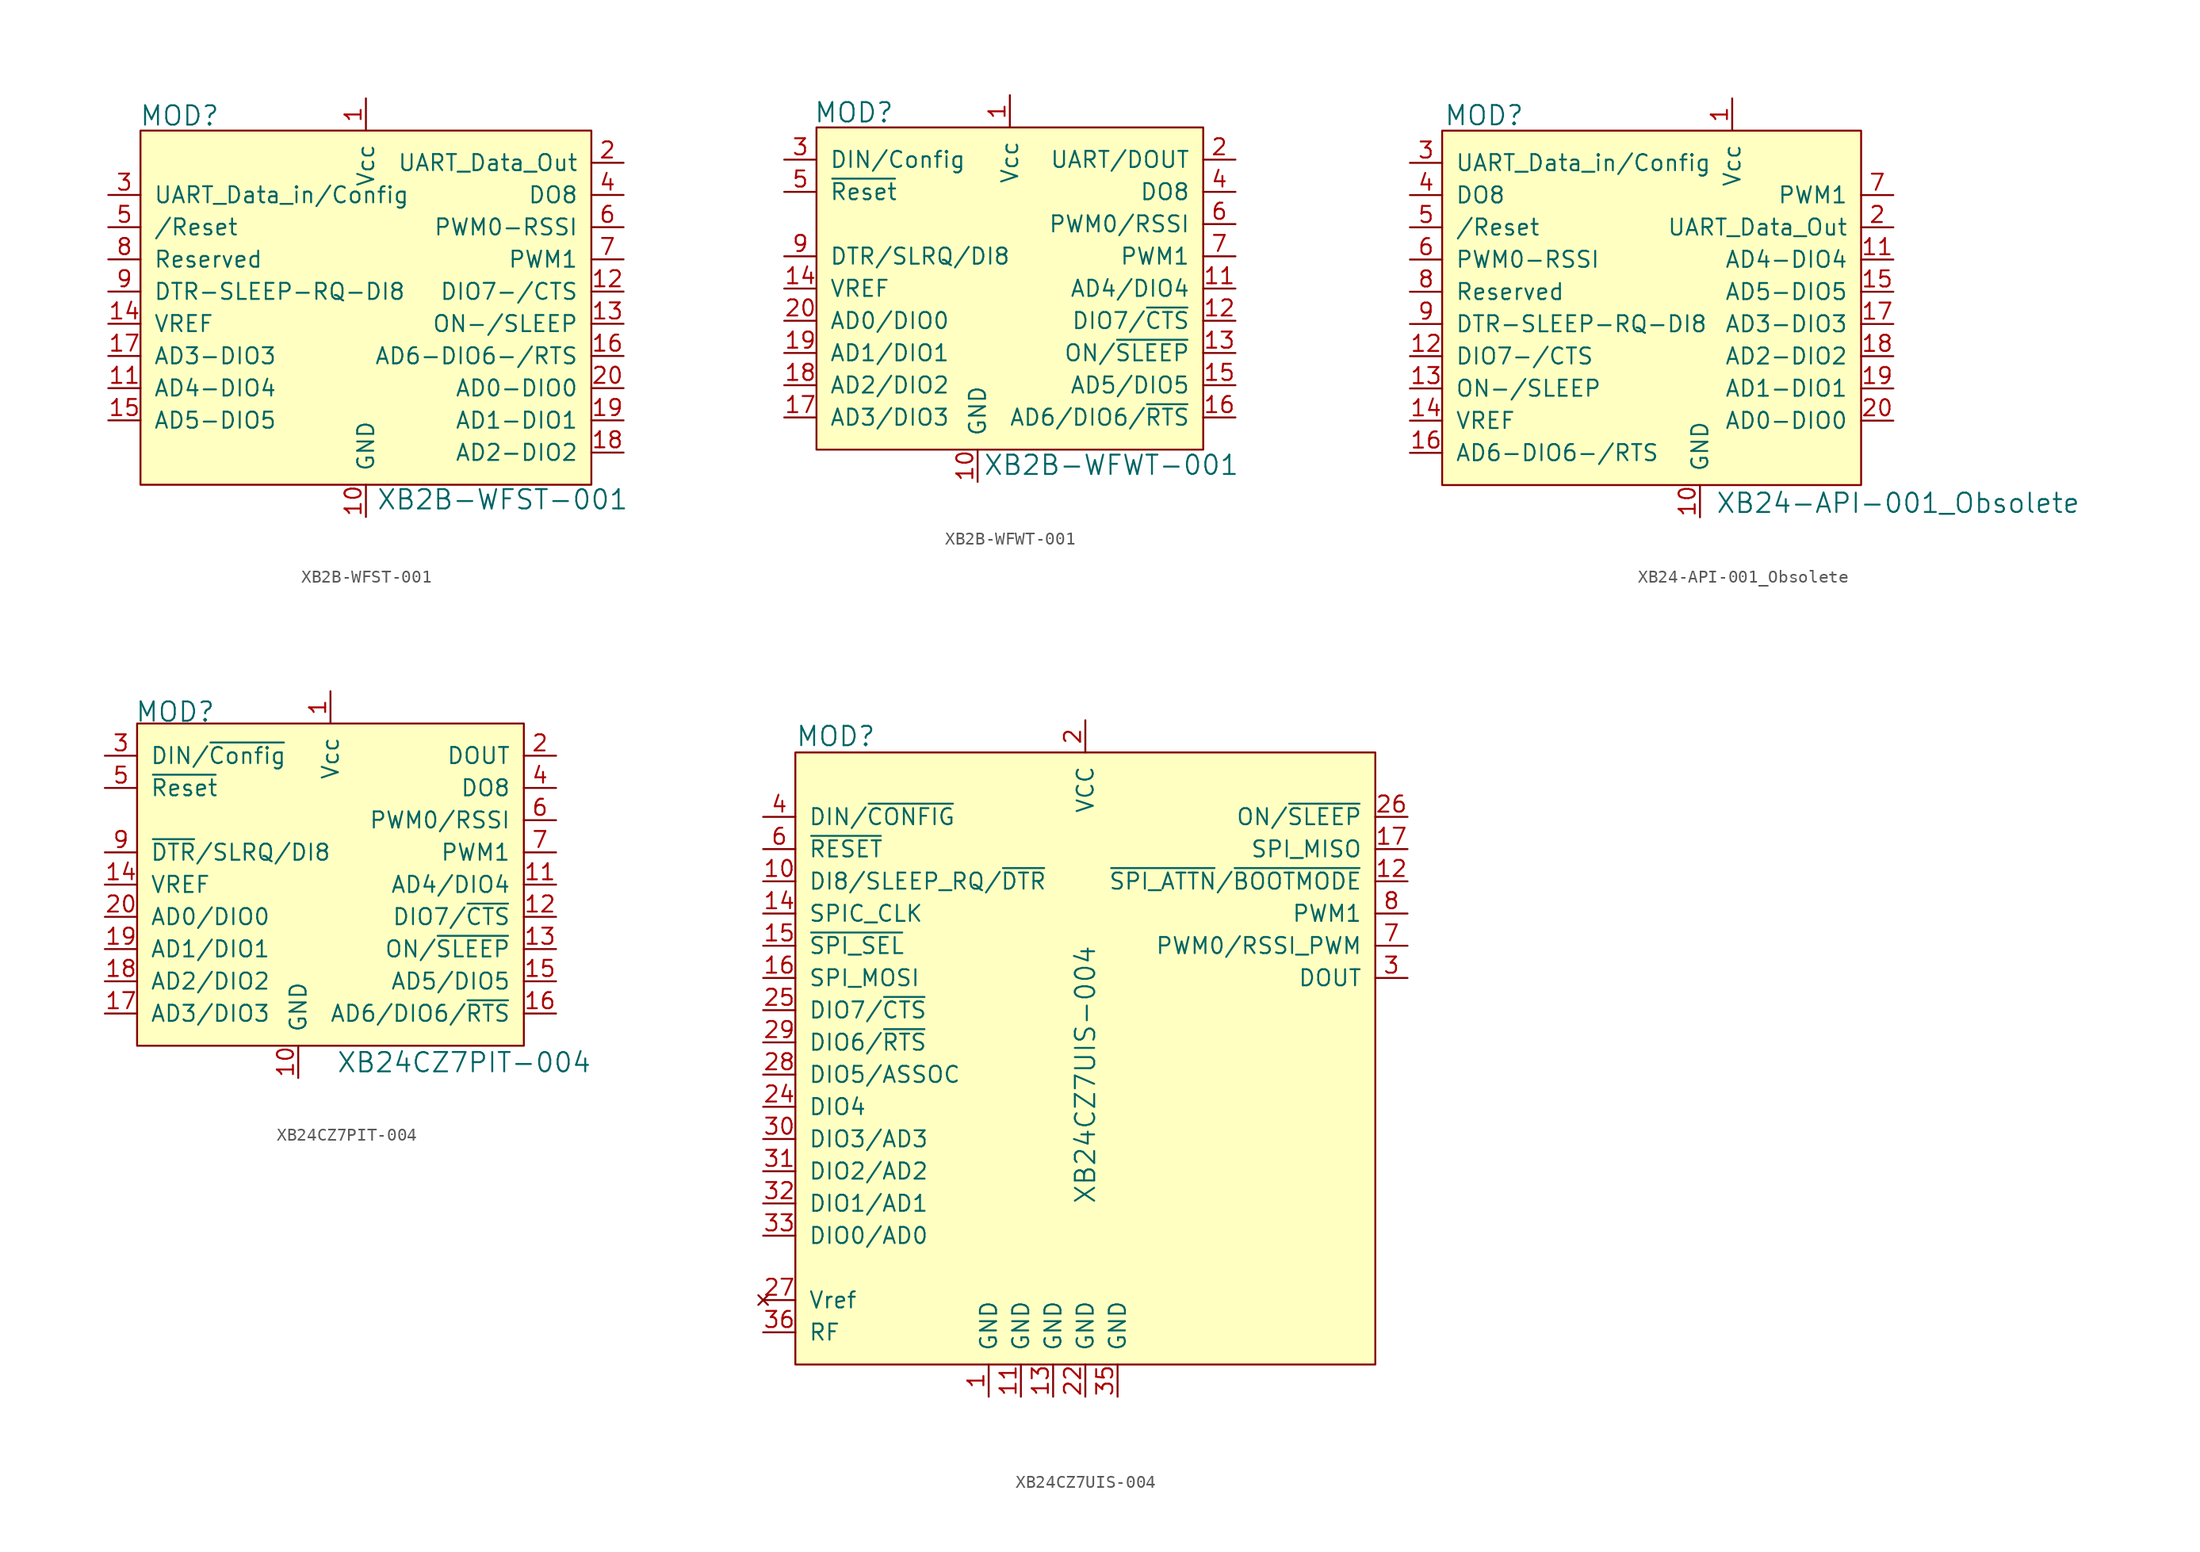
<source format=kicad_sym>
(kicad_symbol_lib
  (version 20231120)
  (generator "kicad_symbol_editor")
  (generator_version "8.0")
  (symbol "XB2B-WFST-001"
    (pin_names
      (offset 1.016))
    (property "Reference" "MOD"
      (at -17.882 18.948 0)
      (effects (font (size 1.524 1.524)) (justify left)))
    (property "Value" "XB2B-WFST-001"
      (at 0.813 -11.328 0)
      (effects (font (size 1.524 1.524)) (justify left)))
    (symbol "XB2B-WFST-001_0_1"
      (rectangle (start -17.78 17.78) (end 17.78 -10.16) (stroke (width 0) (type default)) (fill (type background))))
    (symbol "XB2B-WFST-001_1_1"
      (pin power_in line (at 0 20.32 270) (length 2.54) (name "Vcc" (effects (font (size 1.27 1.27)))) (number "1" (effects (font (size 1.27 1.27)))))
      (pin power_in line (at 0 -12.7 90) (length 2.54) (name "GND" (effects (font (size 1.27 1.27)))) (number "10" (effects (font (size 1.27 1.27)))))
      (pin bidirectional line (at -20.32 -2.54 0) (length 2.54) (name "AD4-DIO4" (effects (font (size 1.27 1.27)))) (number "11" (effects (font (size 1.27 1.27)))))
      (pin bidirectional line (at 20.32 5.08 180) (length 2.54) (name "DIO7-/CTS" (effects (font (size 1.27 1.27)))) (number "12" (effects (font (size 1.27 1.27)))))
      (pin output line (at 20.32 2.54 180) (length 2.54) (name "ON-/SLEEP" (effects (font (size 1.27 1.27)))) (number "13" (effects (font (size 1.27 1.27)))))
      (pin input line (at -20.32 2.54 0) (length 2.54) (name "VREF" (effects (font (size 1.27 1.27)))) (number "14" (effects (font (size 1.27 1.27)))))
      (pin bidirectional line (at -20.32 -5.08 0) (length 2.54) (name "AD5-DIO5" (effects (font (size 1.27 1.27)))) (number "15" (effects (font (size 1.27 1.27)))))
      (pin bidirectional line (at 20.32 0 180) (length 2.54) (name "AD6-DIO6-/RTS" (effects (font (size 1.27 1.27)))) (number "16" (effects (font (size 1.27 1.27)))))
      (pin bidirectional line (at -20.32 0 0) (length 2.54) (name "AD3-DIO3" (effects (font (size 1.27 1.27)))) (number "17" (effects (font (size 1.27 1.27)))))
      (pin bidirectional line (at 20.32 -7.62 180) (length 2.54) (name "AD2-DIO2" (effects (font (size 1.27 1.27)))) (number "18" (effects (font (size 1.27 1.27)))))
      (pin bidirectional line (at 20.32 -5.08 180) (length 2.54) (name "AD1-DIO1" (effects (font (size 1.27 1.27)))) (number "19" (effects (font (size 1.27 1.27)))))
      (pin output line (at 20.32 15.24 180) (length 2.54) (name "UART_Data_Out" (effects (font (size 1.27 1.27)))) (number "2" (effects (font (size 1.27 1.27)))))
      (pin bidirectional line (at 20.32 -2.54 180) (length 2.54) (name "AD0-DIO0" (effects (font (size 1.27 1.27)))) (number "20" (effects (font (size 1.27 1.27)))))
      (pin input line (at -20.32 12.7 0) (length 2.54) (name "UART_Data_in/Config" (effects (font (size 1.27 1.27)))) (number "3" (effects (font (size 1.27 1.27)))))
      (pin output line (at 20.32 12.7 180) (length 2.54) (name "DO8" (effects (font (size 1.27 1.27)))) (number "4" (effects (font (size 1.27 1.27)))))
      (pin input line (at -20.32 10.16 0) (length 2.54) (name "/Reset" (effects (font (size 1.27 1.27)))) (number "5" (effects (font (size 1.27 1.27)))))
      (pin output line (at 20.32 10.16 180) (length 2.54) (name "PWM0-RSSI" (effects (font (size 1.27 1.27)))) (number "6" (effects (font (size 1.27 1.27)))))
      (pin output line (at 20.32 7.62 180) (length 2.54) (name "PWM1" (effects (font (size 1.27 1.27)))) (number "7" (effects (font (size 1.27 1.27)))))
      (pin bidirectional line (at -20.32 7.62 0) (length 2.54) (name "Reserved" (effects (font (size 1.27 1.27)))) (number "8" (effects (font (size 1.27 1.27)))))
      (pin input line (at -20.32 5.08 0) (length 2.54) (name "DTR-SLEEP-RQ-DI8" (effects (font (size 1.27 1.27)))) (number "9" (effects (font (size 1.27 1.27)))))))
  (symbol "XB2B-WFWT-001"
    (pin_names
      (offset 1.016))
    (property "Reference" "MOD"
      (at -15.469 16.408 0)
      (effects (font (size 1.524 1.524)) (justify left)))
    (property "Value" "XB2B-WFWT-001"
      (at -2.108 -11.379 0)
      (effects (font (size 1.524 1.524)) (justify left)))
    (symbol "XB2B-WFWT-001_0_1"
      (rectangle (start -15.24 15.24) (end 15.24 -10.16) (stroke (width 0) (type default)) (fill (type background))))
    (symbol "XB2B-WFWT-001_1_1"
      (pin power_in line (at 0 17.78 270) (length 2.54) (name "Vcc" (effects (font (size 1.27 1.27)))) (number "1" (effects (font (size 1.27 1.27)))))
      (pin power_in line (at -2.54 -12.7 90) (length 2.54) (name "GND" (effects (font (size 1.27 1.27)))) (number "10" (effects (font (size 1.27 1.27)))))
      (pin bidirectional line (at 17.78 2.54 180) (length 2.54) (name "AD4/DIO4" (effects (font (size 1.27 1.27)))) (number "11" (effects (font (size 1.27 1.27)))))
      (pin bidirectional line (at 17.78 0 180) (length 2.54) (name "DIO7/~{CTS}" (effects (font (size 1.27 1.27)))) (number "12" (effects (font (size 1.27 1.27)))))
      (pin output line (at 17.78 -2.54 180) (length 2.54) (name "ON/~{SLEEP}" (effects (font (size 1.27 1.27)))) (number "13" (effects (font (size 1.27 1.27)))))
      (pin input line (at -17.78 2.54 0) (length 2.54) (name "VREF" (effects (font (size 1.27 1.27)))) (number "14" (effects (font (size 1.27 1.27)))))
      (pin bidirectional line (at 17.78 -5.08 180) (length 2.54) (name "AD5/DIO5" (effects (font (size 1.27 1.27)))) (number "15" (effects (font (size 1.27 1.27)))))
      (pin bidirectional line (at 17.78 -7.62 180) (length 2.54) (name "AD6/DIO6/~{RTS}" (effects (font (size 1.27 1.27)))) (number "16" (effects (font (size 1.27 1.27)))))
      (pin bidirectional line (at -17.78 -7.62 0) (length 2.54) (name "AD3/DIO3" (effects (font (size 1.27 1.27)))) (number "17" (effects (font (size 1.27 1.27)))))
      (pin bidirectional line (at -17.78 -5.08 0) (length 2.54) (name "AD2/DIO2" (effects (font (size 1.27 1.27)))) (number "18" (effects (font (size 1.27 1.27)))))
      (pin bidirectional line (at -17.78 -2.54 0) (length 2.54) (name "AD1/DIO1" (effects (font (size 1.27 1.27)))) (number "19" (effects (font (size 1.27 1.27)))))
      (pin output line (at 17.78 12.7 180) (length 2.54) (name "UART/DOUT" (effects (font (size 1.27 1.27)))) (number "2" (effects (font (size 1.27 1.27)))))
      (pin bidirectional line (at -17.78 0 0) (length 2.54) (name "AD0/DIO0" (effects (font (size 1.27 1.27)))) (number "20" (effects (font (size 1.27 1.27)))))
      (pin input line (at -17.78 12.7 0) (length 2.54) (name "DIN/Config" (effects (font (size 1.27 1.27)))) (number "3" (effects (font (size 1.27 1.27)))))
      (pin output line (at 17.78 10.16 180) (length 2.54) (name "DO8" (effects (font (size 1.27 1.27)))) (number "4" (effects (font (size 1.27 1.27)))))
      (pin input line (at -17.78 10.16 0) (length 2.54) (name "~{Reset}" (effects (font (size 1.27 1.27)))) (number "5" (effects (font (size 1.27 1.27)))))
      (pin output line (at 17.78 7.62 180) (length 2.54) (name "PWM0/RSSI" (effects (font (size 1.27 1.27)))) (number "6" (effects (font (size 1.27 1.27)))))
      (pin output line (at 17.78 5.08 180) (length 2.54) (name "PWM1" (effects (font (size 1.27 1.27)))) (number "7" (effects (font (size 1.27 1.27)))))
      (pin no_connect line (at -15.24 7.62 0) (length 2.54) hide (name "Reserved" (effects (font (size 1.27 1.27)))) (number "8" (effects (font (size 1.27 1.27)))))
      (pin input line (at -17.78 5.08 0) (length 2.54) (name "DTR/SLRQ/DI8" (effects (font (size 1.27 1.27)))) (number "9" (effects (font (size 1.27 1.27)))))))
  (symbol "XB24-API-001_Obsolete"
    (pin_names
      (offset 1.016))
    (property "Reference" "MOD"
      (at -20.193 18.974 0)
      (effects (font (size 1.524 1.524)) (justify left)))
    (property "Value" "XB24-API-001_Obsolete"
      (at 1.219 -11.582 0)
      (effects (font (size 1.524 1.524)) (justify left)))
    (symbol "XB24-API-001_Obsolete_0_1"
      (rectangle (start -20.32 17.78) (end 12.7 -10.16) (stroke (width 0) (type default)) (fill (type background))))
    (symbol "XB24-API-001_Obsolete_1_1"
      (pin power_in line (at 2.54 20.32 270) (length 2.54) (name "Vcc" (effects (font (size 1.27 1.27)))) (number "1" (effects (font (size 1.27 1.27)))))
      (pin power_in line (at 0 -12.7 90) (length 2.54) (name "GND" (effects (font (size 1.27 1.27)))) (number "10" (effects (font (size 1.27 1.27)))))
      (pin bidirectional line (at 15.24 7.62 180) (length 2.54) (name "AD4-DIO4" (effects (font (size 1.27 1.27)))) (number "11" (effects (font (size 1.27 1.27)))))
      (pin bidirectional line (at -22.86 0 0) (length 2.54) (name "DIO7-/CTS" (effects (font (size 1.27 1.27)))) (number "12" (effects (font (size 1.27 1.27)))))
      (pin input line (at -22.86 -2.54 0) (length 2.54) (name "ON-/SLEEP" (effects (font (size 1.27 1.27)))) (number "13" (effects (font (size 1.27 1.27)))))
      (pin input line (at -22.86 -5.08 0) (length 2.54) (name "VREF" (effects (font (size 1.27 1.27)))) (number "14" (effects (font (size 1.27 1.27)))))
      (pin bidirectional line (at 15.24 5.08 180) (length 2.54) (name "AD5-DIO5" (effects (font (size 1.27 1.27)))) (number "15" (effects (font (size 1.27 1.27)))))
      (pin bidirectional line (at -22.86 -7.62 0) (length 2.54) (name "AD6-DIO6-/RTS" (effects (font (size 1.27 1.27)))) (number "16" (effects (font (size 1.27 1.27)))))
      (pin bidirectional line (at 15.24 2.54 180) (length 2.54) (name "AD3-DIO3" (effects (font (size 1.27 1.27)))) (number "17" (effects (font (size 1.27 1.27)))))
      (pin bidirectional line (at 15.24 0 180) (length 2.54) (name "AD2-DIO2" (effects (font (size 1.27 1.27)))) (number "18" (effects (font (size 1.27 1.27)))))
      (pin bidirectional line (at 15.24 -2.54 180) (length 2.54) (name "AD1-DIO1" (effects (font (size 1.27 1.27)))) (number "19" (effects (font (size 1.27 1.27)))))
      (pin output line (at 15.24 10.16 180) (length 2.54) (name "UART_Data_Out" (effects (font (size 1.27 1.27)))) (number "2" (effects (font (size 1.27 1.27)))))
      (pin bidirectional line (at 15.24 -5.08 180) (length 2.54) (name "AD0-DIO0" (effects (font (size 1.27 1.27)))) (number "20" (effects (font (size 1.27 1.27)))))
      (pin input line (at -22.86 15.24 0) (length 2.54) (name "UART_Data_in/Config" (effects (font (size 1.27 1.27)))) (number "3" (effects (font (size 1.27 1.27)))))
      (pin bidirectional line (at -22.86 12.7 0) (length 2.54) (name "DO8" (effects (font (size 1.27 1.27)))) (number "4" (effects (font (size 1.27 1.27)))))
      (pin input line (at -22.86 10.16 0) (length 2.54) (name "/Reset" (effects (font (size 1.27 1.27)))) (number "5" (effects (font (size 1.27 1.27)))))
      (pin bidirectional line (at -22.86 7.62 0) (length 2.54) (name "PWM0-RSSI" (effects (font (size 1.27 1.27)))) (number "6" (effects (font (size 1.27 1.27)))))
      (pin output line (at 15.24 12.7 180) (length 2.54) (name "PWM1" (effects (font (size 1.27 1.27)))) (number "7" (effects (font (size 1.27 1.27)))))
      (pin bidirectional line (at -22.86 5.08 0) (length 2.54) (name "Reserved" (effects (font (size 1.27 1.27)))) (number "8" (effects (font (size 1.27 1.27)))))
      (pin bidirectional line (at -22.86 2.54 0) (length 2.54) (name "DTR-SLEEP-RQ-DI8" (effects (font (size 1.27 1.27)))) (number "9" (effects (font (size 1.27 1.27)))))))
  (symbol "XB24CZ7PIT-004"
    (pin_names
      (offset 1.016))
    (property "Reference" "MOD"
      (at -17.958 18.694 0)
      (effects (font (size 1.524 1.524)) (justify left)))
    (property "Value" "XB24CZ7PIT-004"
      (at -2.083 -8.941 0)
      (effects (font (size 1.524 1.524)) (justify left)))
    (symbol "XB24CZ7PIT-004_0_1"
      (rectangle (start -17.78 17.78) (end 12.7 -7.62) (stroke (width 0) (type default)) (fill (type background))))
    (symbol "XB24CZ7PIT-004_1_1"
      (pin power_in line (at -2.54 20.32 270) (length 2.54) (name "Vcc" (effects (font (size 1.27 1.27)))) (number "1" (effects (font (size 1.27 1.27)))))
      (pin power_in line (at -5.08 -10.16 90) (length 2.54) (name "GND" (effects (font (size 1.27 1.27)))) (number "10" (effects (font (size 1.27 1.27)))))
      (pin bidirectional line (at 15.24 5.08 180) (length 2.54) (name "AD4/DIO4" (effects (font (size 1.27 1.27)))) (number "11" (effects (font (size 1.27 1.27)))))
      (pin bidirectional line (at 15.24 2.54 180) (length 2.54) (name "DIO7/~{CTS}" (effects (font (size 1.27 1.27)))) (number "12" (effects (font (size 1.27 1.27)))))
      (pin output line (at 15.24 0 180) (length 2.54) (name "ON/~{SLEEP}" (effects (font (size 1.27 1.27)))) (number "13" (effects (font (size 1.27 1.27)))))
      (pin input line (at -20.32 5.08 0) (length 2.54) (name "VREF" (effects (font (size 1.27 1.27)))) (number "14" (effects (font (size 1.27 1.27)))))
      (pin bidirectional line (at 15.24 -2.54 180) (length 2.54) (name "AD5/DIO5" (effects (font (size 1.27 1.27)))) (number "15" (effects (font (size 1.27 1.27)))))
      (pin bidirectional line (at 15.24 -5.08 180) (length 2.54) (name "AD6/DIO6/~{RTS}" (effects (font (size 1.27 1.27)))) (number "16" (effects (font (size 1.27 1.27)))))
      (pin bidirectional line (at -20.32 -5.08 0) (length 2.54) (name "AD3/DIO3" (effects (font (size 1.27 1.27)))) (number "17" (effects (font (size 1.27 1.27)))))
      (pin bidirectional line (at -20.32 -2.54 0) (length 2.54) (name "AD2/DIO2" (effects (font (size 1.27 1.27)))) (number "18" (effects (font (size 1.27 1.27)))))
      (pin bidirectional line (at -20.32 0 0) (length 2.54) (name "AD1/DIO1" (effects (font (size 1.27 1.27)))) (number "19" (effects (font (size 1.27 1.27)))))
      (pin output line (at 15.24 15.24 180) (length 2.54) (name "DOUT" (effects (font (size 1.27 1.27)))) (number "2" (effects (font (size 1.27 1.27)))))
      (pin bidirectional line (at -20.32 2.54 0) (length 2.54) (name "AD0/DIO0" (effects (font (size 1.27 1.27)))) (number "20" (effects (font (size 1.27 1.27)))))
      (pin input line (at -20.32 15.24 0) (length 2.54) (name "DIN/~{Config}" (effects (font (size 1.27 1.27)))) (number "3" (effects (font (size 1.27 1.27)))))
      (pin output line (at 15.24 12.7 180) (length 2.54) (name "DO8" (effects (font (size 1.27 1.27)))) (number "4" (effects (font (size 1.27 1.27)))))
      (pin input line (at -20.32 12.7 0) (length 2.54) (name "~{Reset}" (effects (font (size 1.27 1.27)))) (number "5" (effects (font (size 1.27 1.27)))))
      (pin output line (at 15.24 10.16 180) (length 2.54) (name "PWM0/RSSI" (effects (font (size 1.27 1.27)))) (number "6" (effects (font (size 1.27 1.27)))))
      (pin output line (at 15.24 7.62 180) (length 2.54) (name "PWM1" (effects (font (size 1.27 1.27)))) (number "7" (effects (font (size 1.27 1.27)))))
      (pin no_connect line (at -17.78 10.16 0) (length 2.54) hide (name "Reserved" (effects (font (size 1.27 1.27)))) (number "8" (effects (font (size 1.27 1.27)))))
      (pin input line (at -20.32 7.62 0) (length 2.54) (name "~{DTR}/SLRQ/DI8" (effects (font (size 1.27 1.27)))) (number "9" (effects (font (size 1.27 1.27)))))))
  (symbol "XB24CZ7UIS-004"
    (pin_names
      (offset 1.016))
    (property "Reference" "MOD"
      (at -20.32 1.27 0)
      (effects (font (size 1.524 1.524)) (justify left)))
    (property "Value" "XB24CZ7UIS-004"
      (at 2.54 -25.4 90)
      (effects (font (size 1.524 1.524))))
    (symbol "XB24CZ7UIS-004_0_1"
      (rectangle (start -20.32 0) (end 25.4 -48.26) (stroke (width 0) (type default)) (fill (type background))))
    (symbol "XB24CZ7UIS-004_1_1"
      (pin power_in line (at -5.08 -50.8 90) (length 2.54) (name "GND" (effects (font (size 1.27 1.27)))) (number "1" (effects (font (size 1.27 1.27)))))
      (pin input line (at -22.86 -10.16 0) (length 2.54) (name "DI8/SLEEP_RQ/~{DTR}" (effects (font (size 1.27 1.27)))) (number "10" (effects (font (size 1.27 1.27)))))
      (pin power_in line (at -2.54 -50.8 90) (length 2.54) (name "GND" (effects (font (size 1.27 1.27)))) (number "11" (effects (font (size 1.27 1.27)))))
      (pin output line (at 27.94 -10.16 180) (length 2.54) (name "~{SPI_ATTN}/~{BOOTMODE}" (effects (font (size 1.27 1.27)))) (number "12" (effects (font (size 1.27 1.27)))))
      (pin power_in line (at 0 -50.8 90) (length 2.54) (name "GND" (effects (font (size 1.27 1.27)))) (number "13" (effects (font (size 1.27 1.27)))))
      (pin input line (at -22.86 -12.7 0) (length 2.54) (name "SPIC_CLK" (effects (font (size 1.27 1.27)))) (number "14" (effects (font (size 1.27 1.27)))))
      (pin input line (at -22.86 -15.24 0) (length 2.54) (name "~{SPI_SEL}" (effects (font (size 1.27 1.27)))) (number "15" (effects (font (size 1.27 1.27)))))
      (pin input line (at -22.86 -17.78 0) (length 2.54) (name "SPI_MOSI" (effects (font (size 1.27 1.27)))) (number "16" (effects (font (size 1.27 1.27)))))
      (pin output line (at 27.94 -7.62 180) (length 2.54) (name "SPI_MISO" (effects (font (size 1.27 1.27)))) (number "17" (effects (font (size 1.27 1.27)))))
      (pin no_connect line (at 25.4 -35.56 180) (length 2.54) hide (name "NC" (effects (font (size 1.27 1.27)))) (number "18" (effects (font (size 1.27 1.27)))))
      (pin no_connect line (at 25.4 -33.02 180) (length 2.54) hide (name "NC" (effects (font (size 1.27 1.27)))) (number "19" (effects (font (size 1.27 1.27)))))
      (pin power_in line (at 2.54 2.54 270) (length 2.54) (name "VCC" (effects (font (size 1.27 1.27)))) (number "2" (effects (font (size 1.27 1.27)))))
      (pin no_connect line (at 25.4 -30.48 180) (length 2.54) hide (name "NC" (effects (font (size 1.27 1.27)))) (number "20" (effects (font (size 1.27 1.27)))))
      (pin no_connect line (at 25.4 -27.94 180) (length 2.54) hide (name "NC" (effects (font (size 1.27 1.27)))) (number "21" (effects (font (size 1.27 1.27)))))
      (pin power_in line (at 2.54 -50.8 90) (length 2.54) (name "GND" (effects (font (size 1.27 1.27)))) (number "22" (effects (font (size 1.27 1.27)))))
      (pin no_connect line (at 25.4 -25.4 180) (length 2.54) hide (name "NC" (effects (font (size 1.27 1.27)))) (number "23" (effects (font (size 1.27 1.27)))))
      (pin bidirectional line (at -22.86 -27.94 0) (length 2.54) (name "DIO4" (effects (font (size 1.27 1.27)))) (number "24" (effects (font (size 1.27 1.27)))))
      (pin bidirectional line (at -22.86 -20.32 0) (length 2.54) (name "DIO7/~{CTS}" (effects (font (size 1.27 1.27)))) (number "25" (effects (font (size 1.27 1.27)))))
      (pin output line (at 27.94 -5.08 180) (length 2.54) (name "ON/~{SLEEP}" (effects (font (size 1.27 1.27)))) (number "26" (effects (font (size 1.27 1.27)))))
      (pin no_connect line (at -22.86 -43.18 0) (length 2.54) (name "Vref" (effects (font (size 1.27 1.27)))) (number "27" (effects (font (size 1.27 1.27)))))
      (pin bidirectional line (at -22.86 -25.4 0) (length 2.54) (name "DIO5/ASSOC" (effects (font (size 1.27 1.27)))) (number "28" (effects (font (size 1.27 1.27)))))
      (pin bidirectional line (at -22.86 -22.86 0) (length 2.54) (name "DIO6/~{RTS}" (effects (font (size 1.27 1.27)))) (number "29" (effects (font (size 1.27 1.27)))))
      (pin output line (at 27.94 -17.78 180) (length 2.54) (name "DOUT" (effects (font (size 1.27 1.27)))) (number "3" (effects (font (size 1.27 1.27)))))
      (pin bidirectional line (at -22.86 -30.48 0) (length 2.54) (name "DIO3/AD3" (effects (font (size 1.27 1.27)))) (number "30" (effects (font (size 1.27 1.27)))))
      (pin bidirectional line (at -22.86 -33.02 0) (length 2.54) (name "DIO2/AD2" (effects (font (size 1.27 1.27)))) (number "31" (effects (font (size 1.27 1.27)))))
      (pin bidirectional line (at -22.86 -35.56 0) (length 2.54) (name "DIO1/AD1" (effects (font (size 1.27 1.27)))) (number "32" (effects (font (size 1.27 1.27)))))
      (pin bidirectional line (at -22.86 -38.1 0) (length 2.54) (name "DIO0/AD0" (effects (font (size 1.27 1.27)))) (number "33" (effects (font (size 1.27 1.27)))))
      (pin no_connect line (at 25.4 -22.86 180) (length 2.54) hide (name "NC" (effects (font (size 1.27 1.27)))) (number "34" (effects (font (size 1.27 1.27)))))
      (pin power_in line (at 5.08 -50.8 90) (length 2.54) (name "GND" (effects (font (size 1.27 1.27)))) (number "35" (effects (font (size 1.27 1.27)))))
      (pin bidirectional line (at -22.86 -45.72 0) (length 2.54) (name "RF" (effects (font (size 1.27 1.27)))) (number "36" (effects (font (size 1.27 1.27)))))
      (pin no_connect line (at 25.4 -20.32 180) (length 2.54) hide (name "NC" (effects (font (size 1.27 1.27)))) (number "37" (effects (font (size 1.27 1.27)))))
      (pin input line (at -22.86 -5.08 0) (length 2.54) (name "DIN/~{CONFIG}" (effects (font (size 1.27 1.27)))) (number "4" (effects (font (size 1.27 1.27)))))
      (pin no_connect line (at 25.4 -40.64 180) (length 2.54) hide (name "NC" (effects (font (size 1.27 1.27)))) (number "5" (effects (font (size 1.27 1.27)))))
      (pin input line (at -22.86 -7.62 0) (length 2.54) (name "~{RESET}" (effects (font (size 1.27 1.27)))) (number "6" (effects (font (size 1.27 1.27)))))
      (pin output line (at 27.94 -15.24 180) (length 2.54) (name "PWM0/RSSI_PWM" (effects (font (size 1.27 1.27)))) (number "7" (effects (font (size 1.27 1.27)))))
      (pin output line (at 27.94 -12.7 180) (length 2.54) (name "PWM1" (effects (font (size 1.27 1.27)))) (number "8" (effects (font (size 1.27 1.27)))))
      (pin no_connect line (at 25.4 -38.1 180) (length 2.54) hide (name "NC" (effects (font (size 1.27 1.27)))) (number "9" (effects (font (size 1.27 1.27))))))))
</source>
